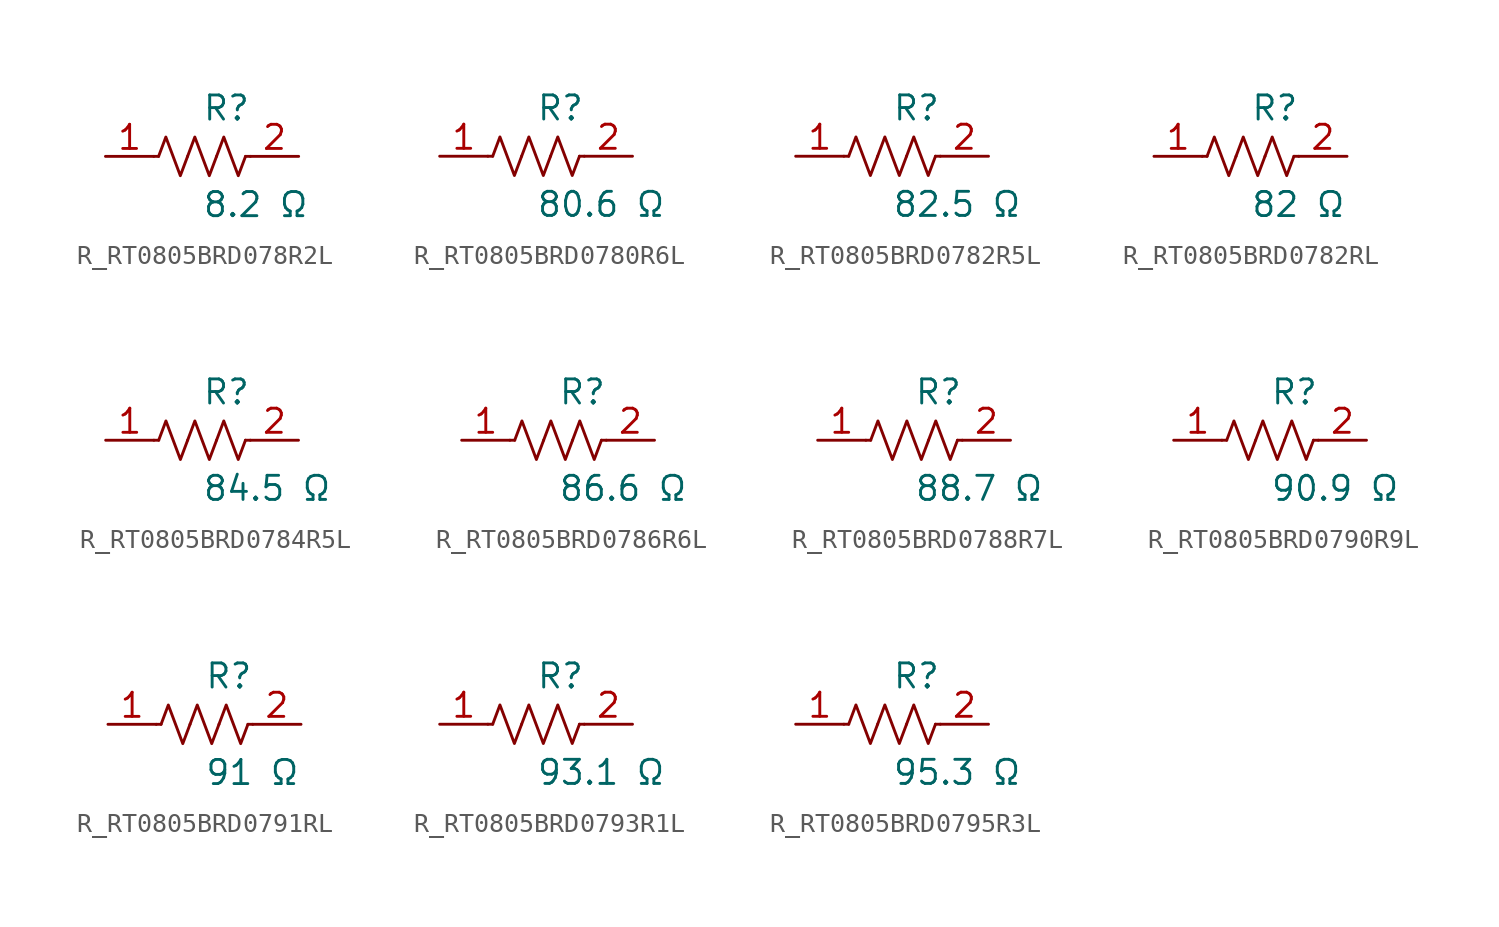
<source format=kicad_sym>
(kicad_symbol_lib
  (version 20231120)
  (generator kicad_symbol_editor)
  (generator_version 8.0)
  (symbol "R_RT0805BRD078R2L"
    (pin_names
      (offset 0.254))
    (property "Reference" "R"
      (at 0.0 2.54 0)
      (effects (font (size 1.27 1.27)) (justify left)))
    (property "Value" "8.2 Ω"
      (at 0.0 -2.54 0)
      (effects (font (size 1.27 1.27)) (justify left)))
    (symbol "R_RT0805BRD078R2L_0_1"
      (polyline (pts (xy 2.286 0) (xy 2.54 0)) (stroke (width 0) (type default)) (fill (type none)))
      (polyline (pts (xy -2.286 0) (xy -2.54 0)) (stroke (width 0) (type default)) (fill (type none)))
      (polyline (pts (xy 0.762 0) (xy 1.143 1.016) (xy 1.524 0) (xy 1.905 -1.016) (xy 2.286 0)) (stroke (width 0) (type default)) (fill (type none)))
      (polyline (pts (xy -0.762 0) (xy -0.381 1.016) (xy 0 0) (xy 0.381 -1.016) (xy 0.762 0)) (stroke (width 0) (type default)) (fill (type none)))
      (polyline (pts (xy -2.286 0) (xy -1.905 1.016) (xy -1.524 0) (xy -1.143 -1.016) (xy -0.762 0)) (stroke (width 0) (type default)) (fill (type none))))
    (pin unspecified line
      (at -5.08 0 0)
      (length 2.54)
      (name "" (effects (font (size 1.27 1.27))))
      (number "1" (effects (font (size 1.27 1.27)))))
    (pin unspecified line
      (at 5.08 0 180)
      (length 2.54)
      (name "" (effects (font (size 1.27 1.27))))
      (number "2" (effects (font (size 1.27 1.27))))))
  (symbol "R_RT0805BRD0780R6L"
    (pin_names
      (offset 0.254))
    (property "Reference" "R"
      (at 0.0 2.54 0)
      (effects (font (size 1.27 1.27)) (justify left)))
    (property "Value" "80.6 Ω"
      (at 0.0 -2.54 0)
      (effects (font (size 1.27 1.27)) (justify left)))
    (symbol "R_RT0805BRD0780R6L_0_1"
      (polyline (pts (xy 2.286 0) (xy 2.54 0)) (stroke (width 0) (type default)) (fill (type none)))
      (polyline (pts (xy -2.286 0) (xy -2.54 0)) (stroke (width 0) (type default)) (fill (type none)))
      (polyline (pts (xy 0.762 0) (xy 1.143 1.016) (xy 1.524 0) (xy 1.905 -1.016) (xy 2.286 0)) (stroke (width 0) (type default)) (fill (type none)))
      (polyline (pts (xy -0.762 0) (xy -0.381 1.016) (xy 0 0) (xy 0.381 -1.016) (xy 0.762 0)) (stroke (width 0) (type default)) (fill (type none)))
      (polyline (pts (xy -2.286 0) (xy -1.905 1.016) (xy -1.524 0) (xy -1.143 -1.016) (xy -0.762 0)) (stroke (width 0) (type default)) (fill (type none))))
    (pin unspecified line
      (at -5.08 0 0)
      (length 2.54)
      (name "" (effects (font (size 1.27 1.27))))
      (number "1" (effects (font (size 1.27 1.27)))))
    (pin unspecified line
      (at 5.08 0 180)
      (length 2.54)
      (name "" (effects (font (size 1.27 1.27))))
      (number "2" (effects (font (size 1.27 1.27))))))
  (symbol "R_RT0805BRD0782R5L"
    (pin_names
      (offset 0.254))
    (property "Reference" "R"
      (at 0.0 2.54 0)
      (effects (font (size 1.27 1.27)) (justify left)))
    (property "Value" "82.5 Ω"
      (at 0.0 -2.54 0)
      (effects (font (size 1.27 1.27)) (justify left)))
    (symbol "R_RT0805BRD0782R5L_0_1"
      (polyline (pts (xy 2.286 0) (xy 2.54 0)) (stroke (width 0) (type default)) (fill (type none)))
      (polyline (pts (xy -2.286 0) (xy -2.54 0)) (stroke (width 0) (type default)) (fill (type none)))
      (polyline (pts (xy 0.762 0) (xy 1.143 1.016) (xy 1.524 0) (xy 1.905 -1.016) (xy 2.286 0)) (stroke (width 0) (type default)) (fill (type none)))
      (polyline (pts (xy -0.762 0) (xy -0.381 1.016) (xy 0 0) (xy 0.381 -1.016) (xy 0.762 0)) (stroke (width 0) (type default)) (fill (type none)))
      (polyline (pts (xy -2.286 0) (xy -1.905 1.016) (xy -1.524 0) (xy -1.143 -1.016) (xy -0.762 0)) (stroke (width 0) (type default)) (fill (type none))))
    (pin unspecified line
      (at -5.08 0 0)
      (length 2.54)
      (name "" (effects (font (size 1.27 1.27))))
      (number "1" (effects (font (size 1.27 1.27)))))
    (pin unspecified line
      (at 5.08 0 180)
      (length 2.54)
      (name "" (effects (font (size 1.27 1.27))))
      (number "2" (effects (font (size 1.27 1.27))))))
  (symbol "R_RT0805BRD0782RL"
    (pin_names
      (offset 0.254))
    (property "Reference" "R"
      (at 0.0 2.54 0)
      (effects (font (size 1.27 1.27)) (justify left)))
    (property "Value" "82 Ω"
      (at 0.0 -2.54 0)
      (effects (font (size 1.27 1.27)) (justify left)))
    (symbol "R_RT0805BRD0782RL_0_1"
      (polyline (pts (xy 2.286 0) (xy 2.54 0)) (stroke (width 0) (type default)) (fill (type none)))
      (polyline (pts (xy -2.286 0) (xy -2.54 0)) (stroke (width 0) (type default)) (fill (type none)))
      (polyline (pts (xy 0.762 0) (xy 1.143 1.016) (xy 1.524 0) (xy 1.905 -1.016) (xy 2.286 0)) (stroke (width 0) (type default)) (fill (type none)))
      (polyline (pts (xy -0.762 0) (xy -0.381 1.016) (xy 0 0) (xy 0.381 -1.016) (xy 0.762 0)) (stroke (width 0) (type default)) (fill (type none)))
      (polyline (pts (xy -2.286 0) (xy -1.905 1.016) (xy -1.524 0) (xy -1.143 -1.016) (xy -0.762 0)) (stroke (width 0) (type default)) (fill (type none))))
    (pin unspecified line
      (at -5.08 0 0)
      (length 2.54)
      (name "" (effects (font (size 1.27 1.27))))
      (number "1" (effects (font (size 1.27 1.27)))))
    (pin unspecified line
      (at 5.08 0 180)
      (length 2.54)
      (name "" (effects (font (size 1.27 1.27))))
      (number "2" (effects (font (size 1.27 1.27))))))
  (symbol "R_RT0805BRD0784R5L"
    (pin_names
      (offset 0.254))
    (property "Reference" "R"
      (at 0.0 2.54 0)
      (effects (font (size 1.27 1.27)) (justify left)))
    (property "Value" "84.5 Ω"
      (at 0.0 -2.54 0)
      (effects (font (size 1.27 1.27)) (justify left)))
    (symbol "R_RT0805BRD0784R5L_0_1"
      (polyline (pts (xy 2.286 0) (xy 2.54 0)) (stroke (width 0) (type default)) (fill (type none)))
      (polyline (pts (xy -2.286 0) (xy -2.54 0)) (stroke (width 0) (type default)) (fill (type none)))
      (polyline (pts (xy 0.762 0) (xy 1.143 1.016) (xy 1.524 0) (xy 1.905 -1.016) (xy 2.286 0)) (stroke (width 0) (type default)) (fill (type none)))
      (polyline (pts (xy -0.762 0) (xy -0.381 1.016) (xy 0 0) (xy 0.381 -1.016) (xy 0.762 0)) (stroke (width 0) (type default)) (fill (type none)))
      (polyline (pts (xy -2.286 0) (xy -1.905 1.016) (xy -1.524 0) (xy -1.143 -1.016) (xy -0.762 0)) (stroke (width 0) (type default)) (fill (type none))))
    (pin unspecified line
      (at -5.08 0 0)
      (length 2.54)
      (name "" (effects (font (size 1.27 1.27))))
      (number "1" (effects (font (size 1.27 1.27)))))
    (pin unspecified line
      (at 5.08 0 180)
      (length 2.54)
      (name "" (effects (font (size 1.27 1.27))))
      (number "2" (effects (font (size 1.27 1.27))))))
  (symbol "R_RT0805BRD0786R6L"
    (pin_names
      (offset 0.254))
    (property "Reference" "R"
      (at 0.0 2.54 0)
      (effects (font (size 1.27 1.27)) (justify left)))
    (property "Value" "86.6 Ω"
      (at 0.0 -2.54 0)
      (effects (font (size 1.27 1.27)) (justify left)))
    (symbol "R_RT0805BRD0786R6L_0_1"
      (polyline (pts (xy 2.286 0) (xy 2.54 0)) (stroke (width 0) (type default)) (fill (type none)))
      (polyline (pts (xy -2.286 0) (xy -2.54 0)) (stroke (width 0) (type default)) (fill (type none)))
      (polyline (pts (xy 0.762 0) (xy 1.143 1.016) (xy 1.524 0) (xy 1.905 -1.016) (xy 2.286 0)) (stroke (width 0) (type default)) (fill (type none)))
      (polyline (pts (xy -0.762 0) (xy -0.381 1.016) (xy 0 0) (xy 0.381 -1.016) (xy 0.762 0)) (stroke (width 0) (type default)) (fill (type none)))
      (polyline (pts (xy -2.286 0) (xy -1.905 1.016) (xy -1.524 0) (xy -1.143 -1.016) (xy -0.762 0)) (stroke (width 0) (type default)) (fill (type none))))
    (pin unspecified line
      (at -5.08 0 0)
      (length 2.54)
      (name "" (effects (font (size 1.27 1.27))))
      (number "1" (effects (font (size 1.27 1.27)))))
    (pin unspecified line
      (at 5.08 0 180)
      (length 2.54)
      (name "" (effects (font (size 1.27 1.27))))
      (number "2" (effects (font (size 1.27 1.27))))))
  (symbol "R_RT0805BRD0788R7L"
    (pin_names
      (offset 0.254))
    (property "Reference" "R"
      (at 0.0 2.54 0)
      (effects (font (size 1.27 1.27)) (justify left)))
    (property "Value" "88.7 Ω"
      (at 0.0 -2.54 0)
      (effects (font (size 1.27 1.27)) (justify left)))
    (symbol "R_RT0805BRD0788R7L_0_1"
      (polyline (pts (xy 2.286 0) (xy 2.54 0)) (stroke (width 0) (type default)) (fill (type none)))
      (polyline (pts (xy -2.286 0) (xy -2.54 0)) (stroke (width 0) (type default)) (fill (type none)))
      (polyline (pts (xy 0.762 0) (xy 1.143 1.016) (xy 1.524 0) (xy 1.905 -1.016) (xy 2.286 0)) (stroke (width 0) (type default)) (fill (type none)))
      (polyline (pts (xy -0.762 0) (xy -0.381 1.016) (xy 0 0) (xy 0.381 -1.016) (xy 0.762 0)) (stroke (width 0) (type default)) (fill (type none)))
      (polyline (pts (xy -2.286 0) (xy -1.905 1.016) (xy -1.524 0) (xy -1.143 -1.016) (xy -0.762 0)) (stroke (width 0) (type default)) (fill (type none))))
    (pin unspecified line
      (at -5.08 0 0)
      (length 2.54)
      (name "" (effects (font (size 1.27 1.27))))
      (number "1" (effects (font (size 1.27 1.27)))))
    (pin unspecified line
      (at 5.08 0 180)
      (length 2.54)
      (name "" (effects (font (size 1.27 1.27))))
      (number "2" (effects (font (size 1.27 1.27))))))
  (symbol "R_RT0805BRD0790R9L"
    (pin_names
      (offset 0.254))
    (property "Reference" "R"
      (at 0.0 2.54 0)
      (effects (font (size 1.27 1.27)) (justify left)))
    (property "Value" "90.9 Ω"
      (at 0.0 -2.54 0)
      (effects (font (size 1.27 1.27)) (justify left)))
    (symbol "R_RT0805BRD0790R9L_0_1"
      (polyline (pts (xy 2.286 0) (xy 2.54 0)) (stroke (width 0) (type default)) (fill (type none)))
      (polyline (pts (xy -2.286 0) (xy -2.54 0)) (stroke (width 0) (type default)) (fill (type none)))
      (polyline (pts (xy 0.762 0) (xy 1.143 1.016) (xy 1.524 0) (xy 1.905 -1.016) (xy 2.286 0)) (stroke (width 0) (type default)) (fill (type none)))
      (polyline (pts (xy -0.762 0) (xy -0.381 1.016) (xy 0 0) (xy 0.381 -1.016) (xy 0.762 0)) (stroke (width 0) (type default)) (fill (type none)))
      (polyline (pts (xy -2.286 0) (xy -1.905 1.016) (xy -1.524 0) (xy -1.143 -1.016) (xy -0.762 0)) (stroke (width 0) (type default)) (fill (type none))))
    (pin unspecified line
      (at -5.08 0 0)
      (length 2.54)
      (name "" (effects (font (size 1.27 1.27))))
      (number "1" (effects (font (size 1.27 1.27)))))
    (pin unspecified line
      (at 5.08 0 180)
      (length 2.54)
      (name "" (effects (font (size 1.27 1.27))))
      (number "2" (effects (font (size 1.27 1.27))))))
  (symbol "R_RT0805BRD0791RL"
    (pin_names
      (offset 0.254))
    (property "Reference" "R"
      (at 0.0 2.54 0)
      (effects (font (size 1.27 1.27)) (justify left)))
    (property "Value" "91 Ω"
      (at 0.0 -2.54 0)
      (effects (font (size 1.27 1.27)) (justify left)))
    (symbol "R_RT0805BRD0791RL_0_1"
      (polyline (pts (xy 2.286 0) (xy 2.54 0)) (stroke (width 0) (type default)) (fill (type none)))
      (polyline (pts (xy -2.286 0) (xy -2.54 0)) (stroke (width 0) (type default)) (fill (type none)))
      (polyline (pts (xy 0.762 0) (xy 1.143 1.016) (xy 1.524 0) (xy 1.905 -1.016) (xy 2.286 0)) (stroke (width 0) (type default)) (fill (type none)))
      (polyline (pts (xy -0.762 0) (xy -0.381 1.016) (xy 0 0) (xy 0.381 -1.016) (xy 0.762 0)) (stroke (width 0) (type default)) (fill (type none)))
      (polyline (pts (xy -2.286 0) (xy -1.905 1.016) (xy -1.524 0) (xy -1.143 -1.016) (xy -0.762 0)) (stroke (width 0) (type default)) (fill (type none))))
    (pin unspecified line
      (at -5.08 0 0)
      (length 2.54)
      (name "" (effects (font (size 1.27 1.27))))
      (number "1" (effects (font (size 1.27 1.27)))))
    (pin unspecified line
      (at 5.08 0 180)
      (length 2.54)
      (name "" (effects (font (size 1.27 1.27))))
      (number "2" (effects (font (size 1.27 1.27))))))
  (symbol "R_RT0805BRD0793R1L"
    (pin_names
      (offset 0.254))
    (property "Reference" "R"
      (at 0.0 2.54 0)
      (effects (font (size 1.27 1.27)) (justify left)))
    (property "Value" "93.1 Ω"
      (at 0.0 -2.54 0)
      (effects (font (size 1.27 1.27)) (justify left)))
    (symbol "R_RT0805BRD0793R1L_0_1"
      (polyline (pts (xy 2.286 0) (xy 2.54 0)) (stroke (width 0) (type default)) (fill (type none)))
      (polyline (pts (xy -2.286 0) (xy -2.54 0)) (stroke (width 0) (type default)) (fill (type none)))
      (polyline (pts (xy 0.762 0) (xy 1.143 1.016) (xy 1.524 0) (xy 1.905 -1.016) (xy 2.286 0)) (stroke (width 0) (type default)) (fill (type none)))
      (polyline (pts (xy -0.762 0) (xy -0.381 1.016) (xy 0 0) (xy 0.381 -1.016) (xy 0.762 0)) (stroke (width 0) (type default)) (fill (type none)))
      (polyline (pts (xy -2.286 0) (xy -1.905 1.016) (xy -1.524 0) (xy -1.143 -1.016) (xy -0.762 0)) (stroke (width 0) (type default)) (fill (type none))))
    (pin unspecified line
      (at -5.08 0 0)
      (length 2.54)
      (name "" (effects (font (size 1.27 1.27))))
      (number "1" (effects (font (size 1.27 1.27)))))
    (pin unspecified line
      (at 5.08 0 180)
      (length 2.54)
      (name "" (effects (font (size 1.27 1.27))))
      (number "2" (effects (font (size 1.27 1.27))))))
  (symbol "R_RT0805BRD0795R3L"
    (pin_names
      (offset 0.254))
    (property "Reference" "R"
      (at 0.0 2.54 0)
      (effects (font (size 1.27 1.27)) (justify left)))
    (property "Value" "95.3 Ω"
      (at 0.0 -2.54 0)
      (effects (font (size 1.27 1.27)) (justify left)))
    (symbol "R_RT0805BRD0795R3L_0_1"
      (polyline (pts (xy 2.286 0) (xy 2.54 0)) (stroke (width 0) (type default)) (fill (type none)))
      (polyline (pts (xy -2.286 0) (xy -2.54 0)) (stroke (width 0) (type default)) (fill (type none)))
      (polyline (pts (xy 0.762 0) (xy 1.143 1.016) (xy 1.524 0) (xy 1.905 -1.016) (xy 2.286 0)) (stroke (width 0) (type default)) (fill (type none)))
      (polyline (pts (xy -0.762 0) (xy -0.381 1.016) (xy 0 0) (xy 0.381 -1.016) (xy 0.762 0)) (stroke (width 0) (type default)) (fill (type none)))
      (polyline (pts (xy -2.286 0) (xy -1.905 1.016) (xy -1.524 0) (xy -1.143 -1.016) (xy -0.762 0)) (stroke (width 0) (type default)) (fill (type none))))
    (pin unspecified line
      (at -5.08 0 0)
      (length 2.54)
      (name "" (effects (font (size 1.27 1.27))))
      (number "1" (effects (font (size 1.27 1.27)))))
    (pin unspecified line
      (at 5.08 0 180)
      (length 2.54)
      (name "" (effects (font (size 1.27 1.27))))
      (number "2" (effects (font (size 1.27 1.27)))))))
</source>
